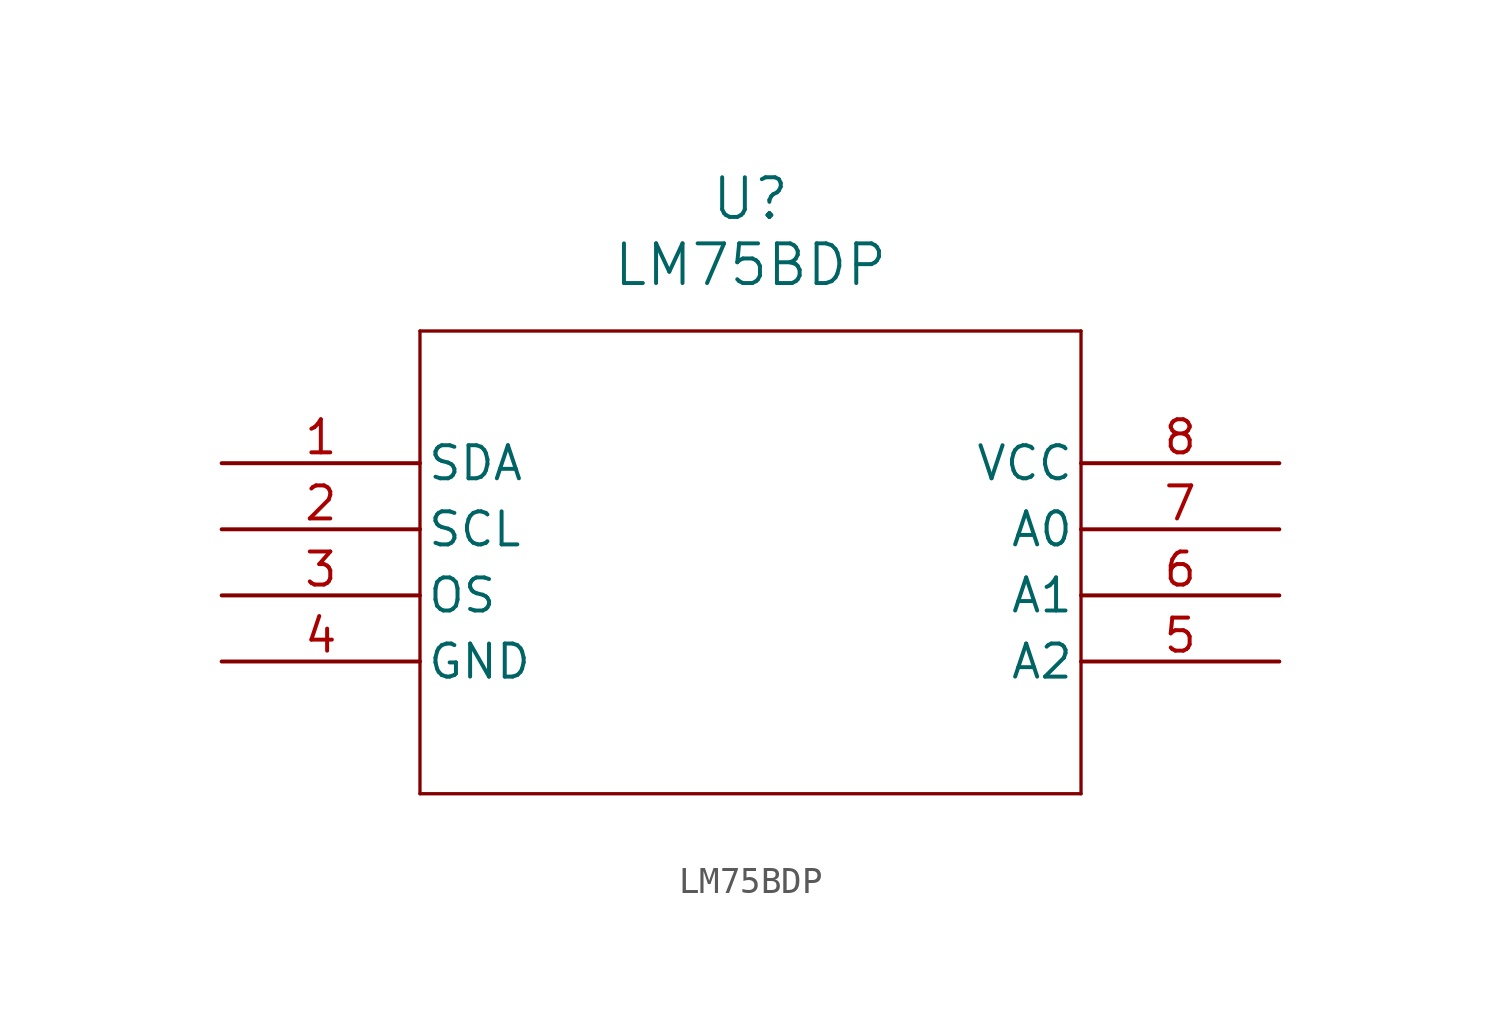
<source format=kicad_sym>
(kicad_symbol_lib
  (version 20211014)
  (generator kicad_symbol_editor)
  (symbol "LM75BDP"
    (pin_names
      (offset 0.254))
    (property "Reference" "U"
      (at 20.32 10.16 0)
      (effects (font (size 1.524 1.524))))
    (property "Value" "LM75BDP"
      (at 20.32 7.62 0)
      (effects (font (size 1.524 1.524))))
    (symbol "LM75BDP_0_1"
      (polyline (pts (xy 7.62 5.08) (xy 7.62 -12.7)) (stroke (width 0.127) (type default) (color 0 0 0 0)) (fill (type none)))
      (polyline (pts (xy 7.62 -12.7) (xy 33.02 -12.7)) (stroke (width 0.127) (type default) (color 0 0 0 0)) (fill (type none)))
      (polyline (pts (xy 33.02 -12.7) (xy 33.02 5.08)) (stroke (width 0.127) (type default) (color 0 0 0 0)) (fill (type none)))
      (polyline (pts (xy 33.02 5.08) (xy 7.62 5.08)) (stroke (width 0.127) (type default) (color 0 0 0 0)) (fill (type none)))
      (pin bidirectional line (at 0 0 0) (length 7.62) (name "SDA" (effects (font (size 1.27 1.27)))) (number "1" (effects (font (size 1.27 1.27)))))
      (pin input line (at 0 -2.54 0) (length 7.62) (name "SCL" (effects (font (size 1.27 1.27)))) (number "2" (effects (font (size 1.27 1.27)))))
      (pin output line (at 0 -5.08 0) (length 7.62) (name "OS" (effects (font (size 1.27 1.27)))) (number "3" (effects (font (size 1.27 1.27)))))
      (pin power_in line (at 0 -7.62 0) (length 7.62) (name "GND" (effects (font (size 1.27 1.27)))) (number "4" (effects (font (size 1.27 1.27)))))
      (pin input line (at 40.64 -7.62 180) (length 7.62) (name "A2" (effects (font (size 1.27 1.27)))) (number "5" (effects (font (size 1.27 1.27)))))
      (pin input line (at 40.64 -5.08 180) (length 7.62) (name "A1" (effects (font (size 1.27 1.27)))) (number "6" (effects (font (size 1.27 1.27)))))
      (pin input line (at 40.64 -2.54 180) (length 7.62) (name "A0" (effects (font (size 1.27 1.27)))) (number "7" (effects (font (size 1.27 1.27)))))
      (pin power_in line (at 40.64 0 180) (length 7.62) (name "VCC" (effects (font (size 1.27 1.27)))) (number "8" (effects (font (size 1.27 1.27))))))))
</source>
